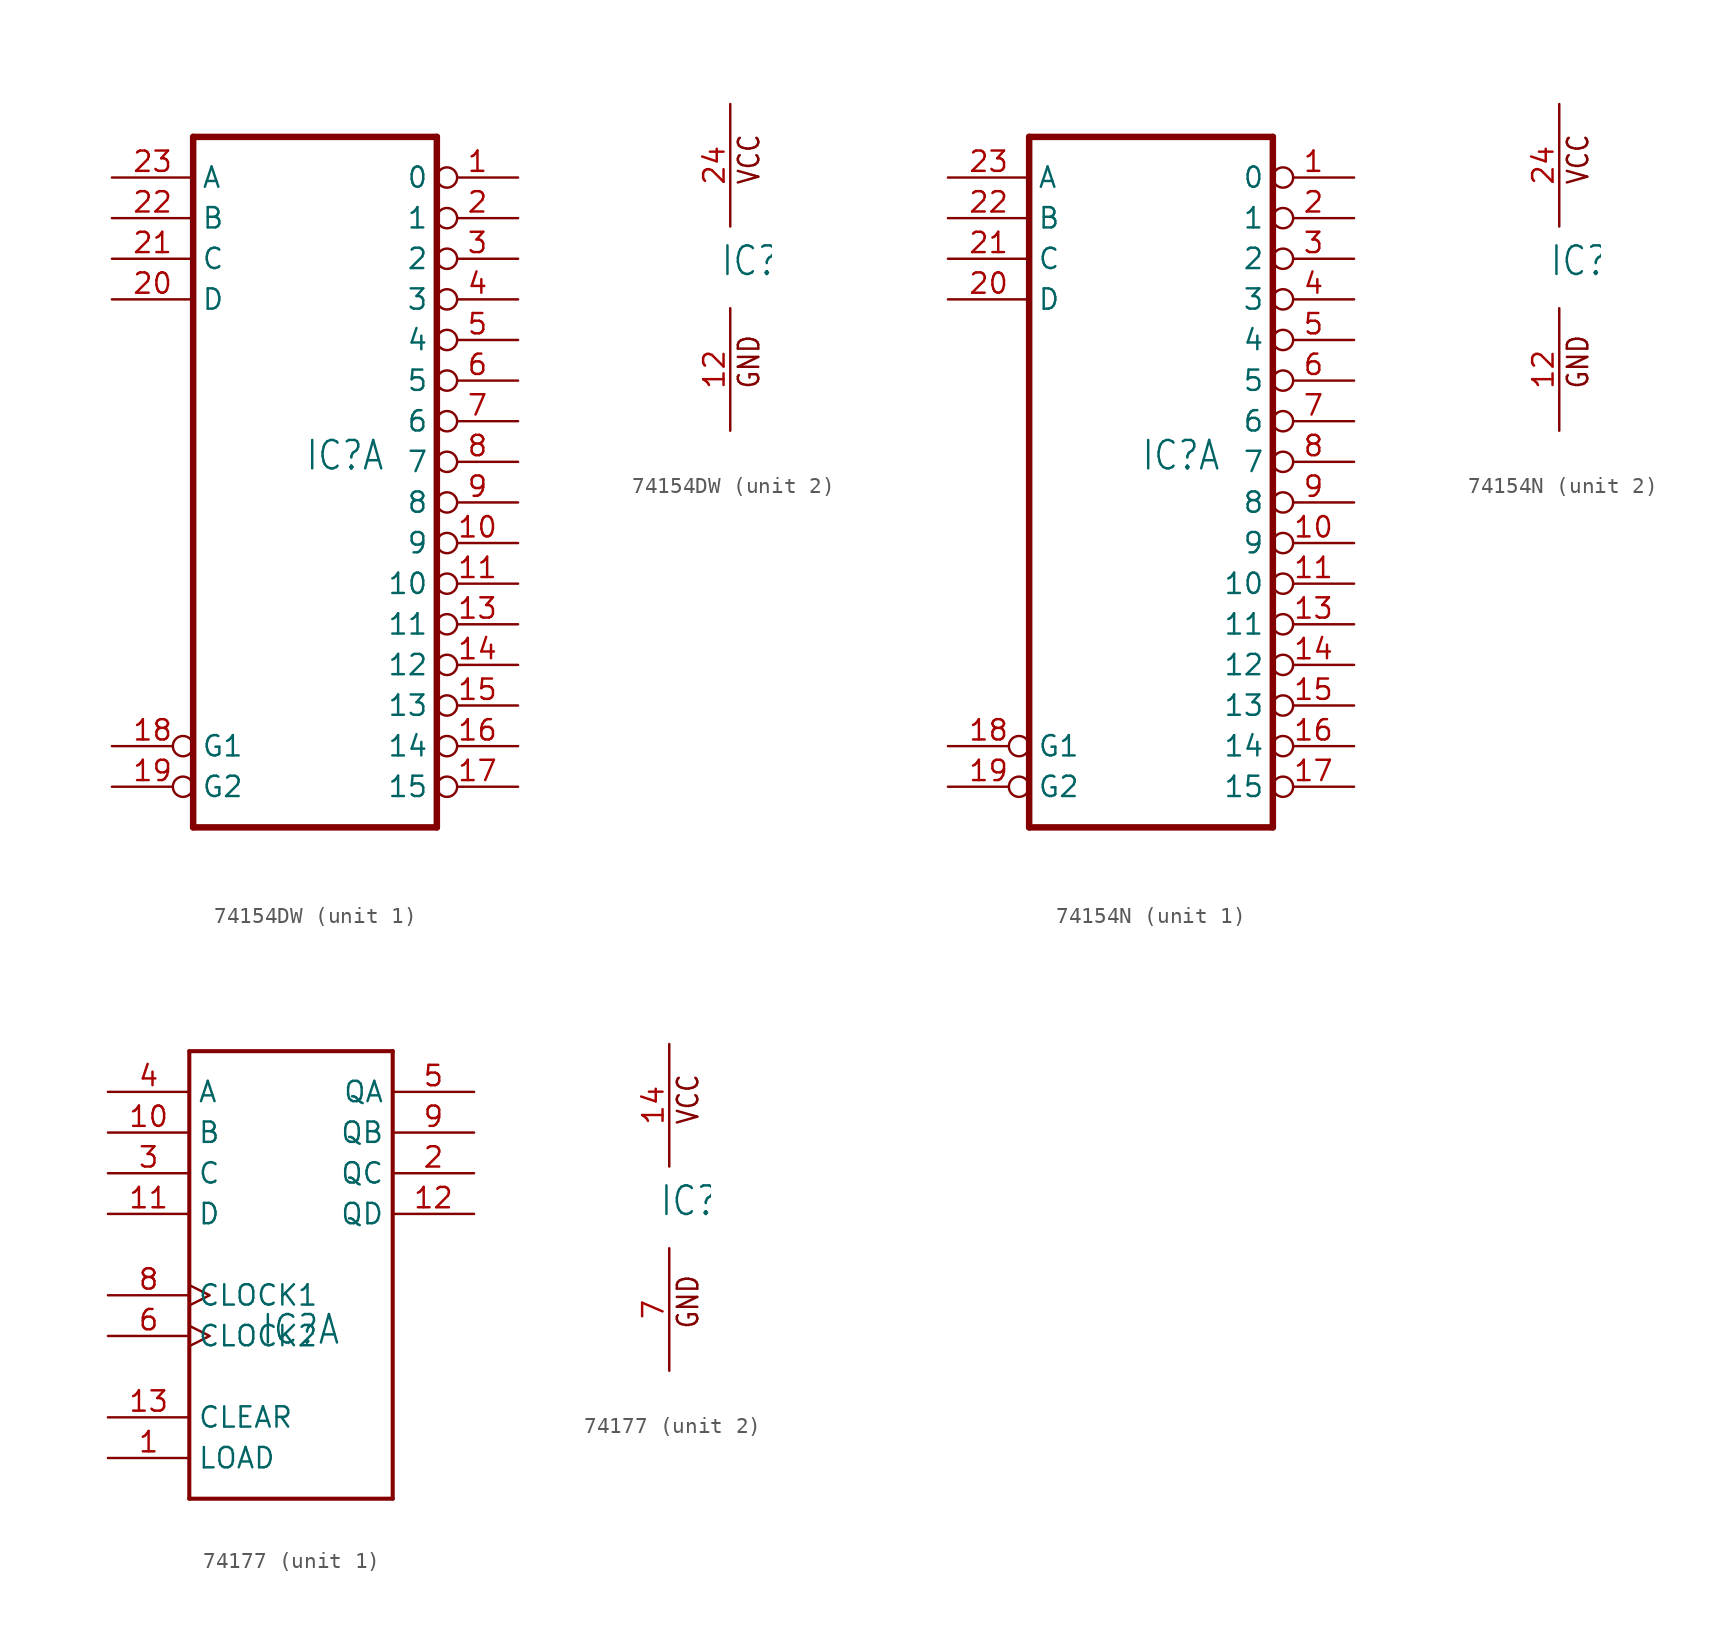
<source format=kicad_sym>
(kicad_symbol_lib
  (version 20211014)
  (generator kicad_symbol_editor)
  (symbol "74154DW"
    (property "Reference" "IC"
      (at -0.635 -0.635 0)
      (effects (font (size 1.778 1.511)) (justify left bottom)))
    (property "ki_locked" ""
      (at 0 0 0)
      (effects (font (size 1.27 1.27))))
    (symbol "74154DW_1_0"
      (polyline (pts (xy -7.62 -22.86) (xy 7.62 -22.86)) (stroke (width 0.406) (type default) (color 0 0 0 0)) (fill (type none)))
      (polyline (pts (xy -7.62 20.32) (xy -7.62 -22.86)) (stroke (width 0.406) (type default) (color 0 0 0 0)) (fill (type none)))
      (polyline (pts (xy 7.62 -22.86) (xy 7.62 20.32)) (stroke (width 0.406) (type default) (color 0 0 0 0)) (fill (type none)))
      (polyline (pts (xy 7.62 20.32) (xy -7.62 20.32)) (stroke (width 0.406) (type default) (color 0 0 0 0)) (fill (type none)))
      (pin output inverted (at 12.7 17.78 180) (length 5.08) (name "0" (effects (font (size 1.27 1.27)))) (number "1" (effects (font (size 1.27 1.27)))))
      (pin output inverted (at 12.7 -5.08 180) (length 5.08) (name "9" (effects (font (size 1.27 1.27)))) (number "10" (effects (font (size 1.27 1.27)))))
      (pin output inverted (at 12.7 -7.62 180) (length 5.08) (name "10" (effects (font (size 1.27 1.27)))) (number "11" (effects (font (size 1.27 1.27)))))
      (pin output inverted (at 12.7 -10.16 180) (length 5.08) (name "11" (effects (font (size 1.27 1.27)))) (number "13" (effects (font (size 1.27 1.27)))))
      (pin output inverted (at 12.7 -12.7 180) (length 5.08) (name "12" (effects (font (size 1.27 1.27)))) (number "14" (effects (font (size 1.27 1.27)))))
      (pin output inverted (at 12.7 -15.24 180) (length 5.08) (name "13" (effects (font (size 1.27 1.27)))) (number "15" (effects (font (size 1.27 1.27)))))
      (pin output inverted (at 12.7 -17.78 180) (length 5.08) (name "14" (effects (font (size 1.27 1.27)))) (number "16" (effects (font (size 1.27 1.27)))))
      (pin output inverted (at 12.7 -20.32 180) (length 5.08) (name "15" (effects (font (size 1.27 1.27)))) (number "17" (effects (font (size 1.27 1.27)))))
      (pin input inverted (at -12.7 -17.78 0) (length 5.08) (name "G1" (effects (font (size 1.27 1.27)))) (number "18" (effects (font (size 1.27 1.27)))))
      (pin input inverted (at -12.7 -20.32 0) (length 5.08) (name "G2" (effects (font (size 1.27 1.27)))) (number "19" (effects (font (size 1.27 1.27)))))
      (pin output inverted (at 12.7 15.24 180) (length 5.08) (name "1" (effects (font (size 1.27 1.27)))) (number "2" (effects (font (size 1.27 1.27)))))
      (pin input line (at -12.7 10.16 0) (length 5.08) (name "D" (effects (font (size 1.27 1.27)))) (number "20" (effects (font (size 1.27 1.27)))))
      (pin input line (at -12.7 12.7 0) (length 5.08) (name "C" (effects (font (size 1.27 1.27)))) (number "21" (effects (font (size 1.27 1.27)))))
      (pin input line (at -12.7 15.24 0) (length 5.08) (name "B" (effects (font (size 1.27 1.27)))) (number "22" (effects (font (size 1.27 1.27)))))
      (pin input line (at -12.7 17.78 0) (length 5.08) (name "A" (effects (font (size 1.27 1.27)))) (number "23" (effects (font (size 1.27 1.27)))))
      (pin output inverted (at 12.7 12.7 180) (length 5.08) (name "2" (effects (font (size 1.27 1.27)))) (number "3" (effects (font (size 1.27 1.27)))))
      (pin output inverted (at 12.7 10.16 180) (length 5.08) (name "3" (effects (font (size 1.27 1.27)))) (number "4" (effects (font (size 1.27 1.27)))))
      (pin output inverted (at 12.7 7.62 180) (length 5.08) (name "4" (effects (font (size 1.27 1.27)))) (number "5" (effects (font (size 1.27 1.27)))))
      (pin output inverted (at 12.7 5.08 180) (length 5.08) (name "5" (effects (font (size 1.27 1.27)))) (number "6" (effects (font (size 1.27 1.27)))))
      (pin output inverted (at 12.7 2.54 180) (length 5.08) (name "6" (effects (font (size 1.27 1.27)))) (number "7" (effects (font (size 1.27 1.27)))))
      (pin output inverted (at 12.7 0 180) (length 5.08) (name "7" (effects (font (size 1.27 1.27)))) (number "8" (effects (font (size 1.27 1.27)))))
      (pin output inverted (at 12.7 -2.54 180) (length 5.08) (name "8" (effects (font (size 1.27 1.27)))) (number "9" (effects (font (size 1.27 1.27))))))
    (symbol "74154DW_2_0"
      (text "GND" (at 1.905 -7.62 900) (effects (font (size 1.27 1.079)) (justify left bottom)))
      (text "VCC" (at 1.905 5.08 900) (effects (font (size 1.27 1.079)) (justify left bottom)))
      (pin power_in line (at 0 -10.16 90) (length 7.62) (name "GND" (effects (font (size 0 0)))) (number "12" (effects (font (size 1.27 1.27)))))
      (pin power_in line (at 0 10.16 270) (length 7.62) (name "VCC" (effects (font (size 0 0)))) (number "24" (effects (font (size 1.27 1.27)))))))
  (symbol "74154N"
    (property "Reference" "IC"
      (at -0.635 -0.635 0)
      (effects (font (size 1.778 1.511)) (justify left bottom)))
    (property "ki_locked" ""
      (at 0 0 0)
      (effects (font (size 1.27 1.27))))
    (symbol "74154N_1_0"
      (polyline (pts (xy -7.62 -22.86) (xy 7.62 -22.86)) (stroke (width 0.406) (type default) (color 0 0 0 0)) (fill (type none)))
      (polyline (pts (xy -7.62 20.32) (xy -7.62 -22.86)) (stroke (width 0.406) (type default) (color 0 0 0 0)) (fill (type none)))
      (polyline (pts (xy 7.62 -22.86) (xy 7.62 20.32)) (stroke (width 0.406) (type default) (color 0 0 0 0)) (fill (type none)))
      (polyline (pts (xy 7.62 20.32) (xy -7.62 20.32)) (stroke (width 0.406) (type default) (color 0 0 0 0)) (fill (type none)))
      (pin output inverted (at 12.7 17.78 180) (length 5.08) (name "0" (effects (font (size 1.27 1.27)))) (number "1" (effects (font (size 1.27 1.27)))))
      (pin output inverted (at 12.7 -5.08 180) (length 5.08) (name "9" (effects (font (size 1.27 1.27)))) (number "10" (effects (font (size 1.27 1.27)))))
      (pin output inverted (at 12.7 -7.62 180) (length 5.08) (name "10" (effects (font (size 1.27 1.27)))) (number "11" (effects (font (size 1.27 1.27)))))
      (pin output inverted (at 12.7 -10.16 180) (length 5.08) (name "11" (effects (font (size 1.27 1.27)))) (number "13" (effects (font (size 1.27 1.27)))))
      (pin output inverted (at 12.7 -12.7 180) (length 5.08) (name "12" (effects (font (size 1.27 1.27)))) (number "14" (effects (font (size 1.27 1.27)))))
      (pin output inverted (at 12.7 -15.24 180) (length 5.08) (name "13" (effects (font (size 1.27 1.27)))) (number "15" (effects (font (size 1.27 1.27)))))
      (pin output inverted (at 12.7 -17.78 180) (length 5.08) (name "14" (effects (font (size 1.27 1.27)))) (number "16" (effects (font (size 1.27 1.27)))))
      (pin output inverted (at 12.7 -20.32 180) (length 5.08) (name "15" (effects (font (size 1.27 1.27)))) (number "17" (effects (font (size 1.27 1.27)))))
      (pin input inverted (at -12.7 -17.78 0) (length 5.08) (name "G1" (effects (font (size 1.27 1.27)))) (number "18" (effects (font (size 1.27 1.27)))))
      (pin input inverted (at -12.7 -20.32 0) (length 5.08) (name "G2" (effects (font (size 1.27 1.27)))) (number "19" (effects (font (size 1.27 1.27)))))
      (pin output inverted (at 12.7 15.24 180) (length 5.08) (name "1" (effects (font (size 1.27 1.27)))) (number "2" (effects (font (size 1.27 1.27)))))
      (pin input line (at -12.7 10.16 0) (length 5.08) (name "D" (effects (font (size 1.27 1.27)))) (number "20" (effects (font (size 1.27 1.27)))))
      (pin input line (at -12.7 12.7 0) (length 5.08) (name "C" (effects (font (size 1.27 1.27)))) (number "21" (effects (font (size 1.27 1.27)))))
      (pin input line (at -12.7 15.24 0) (length 5.08) (name "B" (effects (font (size 1.27 1.27)))) (number "22" (effects (font (size 1.27 1.27)))))
      (pin input line (at -12.7 17.78 0) (length 5.08) (name "A" (effects (font (size 1.27 1.27)))) (number "23" (effects (font (size 1.27 1.27)))))
      (pin output inverted (at 12.7 12.7 180) (length 5.08) (name "2" (effects (font (size 1.27 1.27)))) (number "3" (effects (font (size 1.27 1.27)))))
      (pin output inverted (at 12.7 10.16 180) (length 5.08) (name "3" (effects (font (size 1.27 1.27)))) (number "4" (effects (font (size 1.27 1.27)))))
      (pin output inverted (at 12.7 7.62 180) (length 5.08) (name "4" (effects (font (size 1.27 1.27)))) (number "5" (effects (font (size 1.27 1.27)))))
      (pin output inverted (at 12.7 5.08 180) (length 5.08) (name "5" (effects (font (size 1.27 1.27)))) (number "6" (effects (font (size 1.27 1.27)))))
      (pin output inverted (at 12.7 2.54 180) (length 5.08) (name "6" (effects (font (size 1.27 1.27)))) (number "7" (effects (font (size 1.27 1.27)))))
      (pin output inverted (at 12.7 0 180) (length 5.08) (name "7" (effects (font (size 1.27 1.27)))) (number "8" (effects (font (size 1.27 1.27)))))
      (pin output inverted (at 12.7 -2.54 180) (length 5.08) (name "8" (effects (font (size 1.27 1.27)))) (number "9" (effects (font (size 1.27 1.27))))))
    (symbol "74154N_2_0"
      (text "GND" (at 1.905 -7.62 900) (effects (font (size 1.27 1.079)) (justify left bottom)))
      (text "VCC" (at 1.905 5.08 900) (effects (font (size 1.27 1.079)) (justify left bottom)))
      (pin power_in line (at 0 -10.16 90) (length 7.62) (name "GND" (effects (font (size 0 0)))) (number "12" (effects (font (size 1.27 1.27)))))
      (pin power_in line (at 0 10.16 270) (length 7.62) (name "VCC" (effects (font (size 0 0)))) (number "24" (effects (font (size 1.27 1.27)))))))
  (symbol "74177"
    (property "Reference" "IC"
      (at -0.635 -0.635 0)
      (effects (font (size 1.778 1.511)) (justify left bottom)))
    (property "ki_locked" ""
      (at 0 0 0)
      (effects (font (size 1.27 1.27))))
    (symbol "74177_1_0"
      (polyline (pts (xy -5.08 -10.16) (xy -5.08 17.78)) (stroke (width 0.254) (type default) (color 0 0 0 0)) (fill (type none)))
      (polyline (pts (xy -5.08 17.78) (xy 7.62 17.78)) (stroke (width 0.254) (type default) (color 0 0 0 0)) (fill (type none)))
      (polyline (pts (xy 7.62 -10.16) (xy -5.08 -10.16)) (stroke (width 0.254) (type default) (color 0 0 0 0)) (fill (type none)))
      (polyline (pts (xy 7.62 17.78) (xy 7.62 -10.16)) (stroke (width 0.254) (type default) (color 0 0 0 0)) (fill (type none)))
      (pin bidirectional line (at -10.16 -7.62 0) (length 5.08) (name "LOAD" (effects (font (size 1.27 1.27)))) (number "1" (effects (font (size 1.27 1.27)))))
      (pin bidirectional line (at -10.16 12.7 0) (length 5.08) (name "B" (effects (font (size 1.27 1.27)))) (number "10" (effects (font (size 1.27 1.27)))))
      (pin bidirectional line (at -10.16 7.62 0) (length 5.08) (name "D" (effects (font (size 1.27 1.27)))) (number "11" (effects (font (size 1.27 1.27)))))
      (pin bidirectional line (at 12.7 7.62 180) (length 5.08) (name "QD" (effects (font (size 1.27 1.27)))) (number "12" (effects (font (size 1.27 1.27)))))
      (pin bidirectional line (at -10.16 -5.08 0) (length 5.08) (name "CLEAR" (effects (font (size 1.27 1.27)))) (number "13" (effects (font (size 1.27 1.27)))))
      (pin bidirectional line (at 12.7 10.16 180) (length 5.08) (name "QC" (effects (font (size 1.27 1.27)))) (number "2" (effects (font (size 1.27 1.27)))))
      (pin bidirectional line (at -10.16 10.16 0) (length 5.08) (name "C" (effects (font (size 1.27 1.27)))) (number "3" (effects (font (size 1.27 1.27)))))
      (pin bidirectional line (at -10.16 15.24 0) (length 5.08) (name "A" (effects (font (size 1.27 1.27)))) (number "4" (effects (font (size 1.27 1.27)))))
      (pin bidirectional line (at 12.7 15.24 180) (length 5.08) (name "QA" (effects (font (size 1.27 1.27)))) (number "5" (effects (font (size 1.27 1.27)))))
      (pin bidirectional clock (at -10.16 0 0) (length 5.08) (name "CLOCK2" (effects (font (size 1.27 1.27)))) (number "6" (effects (font (size 1.27 1.27)))))
      (pin bidirectional clock (at -10.16 2.54 0) (length 5.08) (name "CLOCK1" (effects (font (size 1.27 1.27)))) (number "8" (effects (font (size 1.27 1.27)))))
      (pin bidirectional line (at 12.7 12.7 180) (length 5.08) (name "QB" (effects (font (size 1.27 1.27)))) (number "9" (effects (font (size 1.27 1.27))))))
    (symbol "74177_2_0"
      (text "GND" (at 1.905 -7.62 900) (effects (font (size 1.27 1.079)) (justify left bottom)))
      (text "VCC" (at 1.905 5.08 900) (effects (font (size 1.27 1.079)) (justify left bottom)))
      (pin power_in line (at 0 10.16 270) (length 7.62) (name "VCC" (effects (font (size 0 0)))) (number "14" (effects (font (size 1.27 1.27)))))
      (pin power_in line (at 0 -10.16 90) (length 7.62) (name "GND" (effects (font (size 0 0)))) (number "7" (effects (font (size 1.27 1.27))))))))
</source>
